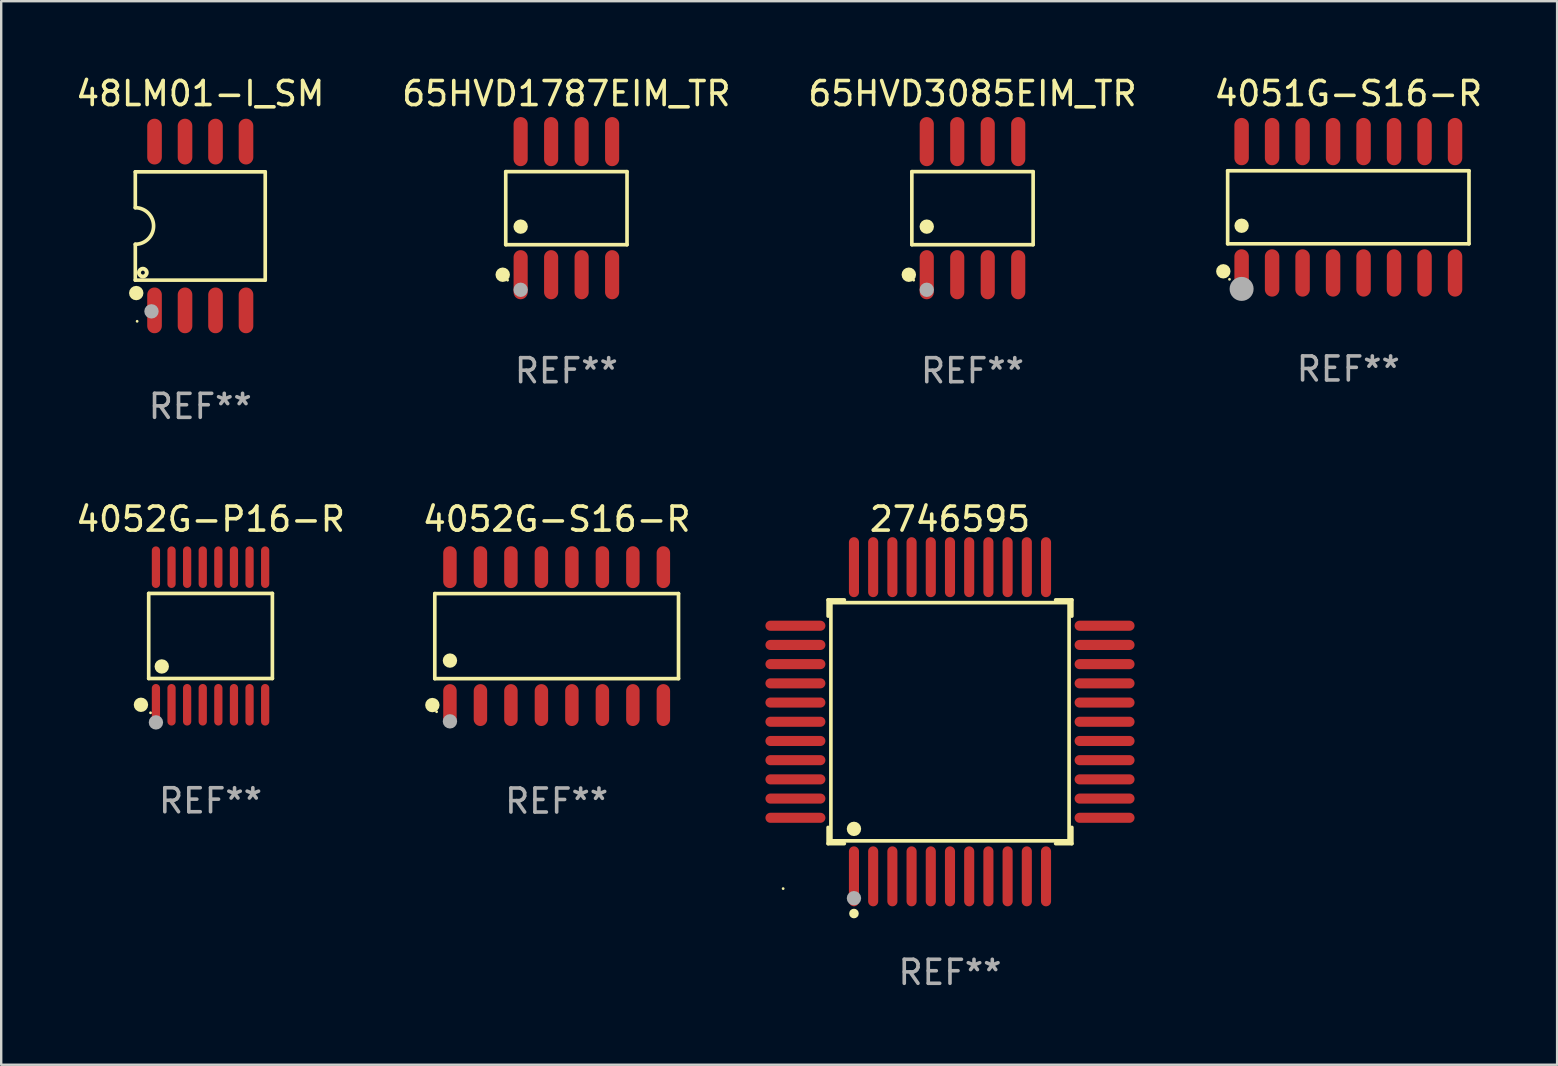
<source format=kicad_pcb>
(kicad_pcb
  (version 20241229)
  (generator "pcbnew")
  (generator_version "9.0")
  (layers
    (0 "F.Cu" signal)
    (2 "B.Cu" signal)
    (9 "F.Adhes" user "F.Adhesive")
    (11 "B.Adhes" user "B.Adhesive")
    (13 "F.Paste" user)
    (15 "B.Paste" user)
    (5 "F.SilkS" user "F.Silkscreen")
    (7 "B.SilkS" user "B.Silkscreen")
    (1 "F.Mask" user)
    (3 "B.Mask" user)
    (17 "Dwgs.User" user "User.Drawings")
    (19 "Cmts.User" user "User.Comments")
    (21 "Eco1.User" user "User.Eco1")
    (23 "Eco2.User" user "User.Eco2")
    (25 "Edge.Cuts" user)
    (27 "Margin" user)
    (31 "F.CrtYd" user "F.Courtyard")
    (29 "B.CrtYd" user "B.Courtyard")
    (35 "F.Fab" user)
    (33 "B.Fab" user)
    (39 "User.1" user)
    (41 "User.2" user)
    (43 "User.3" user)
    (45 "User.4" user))
  (footprint "4052G-S16-R"
    (layer "F.Cu")
    (at 20.137 23.447)
    (property "Reference" "4052G-S16-R" (at 0 -4.872 0) (layer "F.SilkS") (effects (font (size 1 1) (thickness 0.15))))
    (attr through_hole)
    (fp_line (start -5.076 -1.771) (end 5.076 -1.771) (stroke (width 0.152) (type solid)) (layer "F.SilkS"))
    (fp_line (start -5.076 1.771) (end -5.076 -1.771) (stroke (width 0.152) (type solid)) (layer "F.SilkS"))
    (fp_line (start 5.076 -1.771) (end 5.076 1.771) (stroke (width 0.152) (type solid)) (layer "F.SilkS"))
    (fp_line (start 5.076 1.771) (end -5.076 1.771) (stroke (width 0.152) (type solid)) (layer "F.SilkS"))
    (fp_circle (center -5.177 2.872) (end -5.027 2.872) (stroke (width 0.3) (type solid)) (fill no) (layer "F.SilkS"))
    (fp_circle (center -5 3.15) (end -4.97 3.15) (stroke (width 0.06) (type solid)) (fill no) (layer "F.SilkS"))
    (fp_circle (center -4.445 1.019) (end -4.295 1.019) (stroke (width 0.3) (type solid)) (fill no) (layer "F.SilkS"))
    (fp_circle (center -4.445 3.55) (end -4.295 3.55) (stroke (width 0.3) (type solid)) (fill no) (layer "F.Fab"))
    (fp_text user "REF**" (at 0 6.872 0) (layer "F.Fab") (effects (font (size 1 1) (thickness 0.15))))
    (pad "1" smd oval (at -4.445 2.872) (size 0.56 1.745) (layers "F.Cu" "F.Mask" "F.Paste"))
    (pad "2" smd oval (at -3.175 2.872) (size 0.56 1.745) (layers "F.Cu" "F.Mask" "F.Paste"))
    (pad "3" smd oval (at -1.905 2.872) (size 0.56 1.745) (layers "F.Cu" "F.Mask" "F.Paste"))
    (pad "4" smd oval (at -0.635 2.872) (size 0.56 1.745) (layers "F.Cu" "F.Mask" "F.Paste"))
    (pad "5" smd oval (at 0.635 2.872) (size 0.56 1.745) (layers "F.Cu" "F.Mask" "F.Paste"))
    (pad "6" smd oval (at 1.905 2.872) (size 0.56 1.745) (layers "F.Cu" "F.Mask" "F.Paste"))
    (pad "7" smd oval (at 3.175 2.872) (size 0.56 1.745) (layers "F.Cu" "F.Mask" "F.Paste"))
    (pad "8" smd oval (at 4.445 2.872) (size 0.56 1.745) (layers "F.Cu" "F.Mask" "F.Paste"))
    (pad "9" smd oval (at 4.445 -2.872) (size 0.56 1.745) (layers "F.Cu" "F.Mask" "F.Paste"))
    (pad "10" smd oval (at 3.175 -2.872) (size 0.56 1.745) (layers "F.Cu" "F.Mask" "F.Paste"))
    (pad "11" smd oval (at 1.905 -2.872) (size 0.56 1.745) (layers "F.Cu" "F.Mask" "F.Paste"))
    (pad "12" smd oval (at 0.635 -2.872) (size 0.56 1.745) (layers "F.Cu" "F.Mask" "F.Paste"))
    (pad "13" smd oval (at -0.635 -2.872) (size 0.56 1.745) (layers "F.Cu" "F.Mask" "F.Paste"))
    (pad "14" smd oval (at -1.905 -2.872) (size 0.56 1.745) (layers "F.Cu" "F.Mask" "F.Paste"))
    (pad "15" smd oval (at -3.175 -2.872) (size 0.56 1.745) (layers "F.Cu" "F.Mask" "F.Paste"))
    (pad "16" smd oval (at -4.445 -2.872) (size 0.56 1.745) (layers "F.Cu" "F.Mask" "F.Paste")))
  (footprint "65HVD3085EIM_TR"
    (layer "F.Cu")
    (at 37.458 5.621)
    (property "Reference" "65HVD3085EIM_TR" (at 0 -4.772 0) (layer "F.SilkS") (effects (font (size 1 1) (thickness 0.15))))
    (attr through_hole)
    (fp_line (start -2.526 -1.521) (end 2.526 -1.521) (stroke (width 0.152) (type solid)) (layer "F.SilkS"))
    (fp_line (start -2.526 1.521) (end -2.526 -1.521) (stroke (width 0.152) (type solid)) (layer "F.SilkS"))
    (fp_line (start 2.526 -1.521) (end 2.526 1.521) (stroke (width 0.152) (type solid)) (layer "F.SilkS"))
    (fp_line (start 2.526 1.521) (end -2.526 1.521) (stroke (width 0.152) (type solid)) (layer "F.SilkS"))
    (fp_circle (center -2.652 2.772) (end -2.501 2.772) (stroke (width 0.3) (type solid)) (fill no) (layer "F.SilkS"))
    (fp_circle (center -2.45 3) (end -2.42 3) (stroke (width 0.06) (type solid)) (fill no) (layer "F.SilkS"))
    (fp_circle (center -1.905 0.769) (end -1.755 0.769) (stroke (width 0.3) (type solid)) (fill no) (layer "F.SilkS"))
    (fp_circle (center -1.905 3.4) (end -1.755 3.4) (stroke (width 0.3) (type solid)) (fill no) (layer "F.Fab"))
    (fp_text user "REF**" (at 0 6.772 0) (layer "F.Fab") (effects (font (size 1 1) (thickness 0.15))))
    (pad "1" smd oval (at -1.905 2.772) (size 0.588 2.045) (layers "F.Cu" "F.Mask" "F.Paste"))
    (pad "2" smd oval (at -0.635 2.772) (size 0.588 2.045) (layers "F.Cu" "F.Mask" "F.Paste"))
    (pad "3" smd oval (at 0.635 2.772) (size 0.588 2.045) (layers "F.Cu" "F.Mask" "F.Paste"))
    (pad "4" smd oval (at 1.905 2.772) (size 0.588 2.045) (layers "F.Cu" "F.Mask" "F.Paste"))
    (pad "5" smd oval (at 1.905 -2.772) (size 0.588 2.045) (layers "F.Cu" "F.Mask" "F.Paste"))
    (pad "6" smd oval (at 0.635 -2.772) (size 0.588 2.045) (layers "F.Cu" "F.Mask" "F.Paste"))
    (pad "7" smd oval (at -0.635 -2.772) (size 0.588 2.045) (layers "F.Cu" "F.Mask" "F.Paste"))
    (pad "8" smd oval (at -1.905 -2.772) (size 0.588 2.045) (layers "F.Cu" "F.Mask" "F.Paste")))
  (footprint "4051G-S16-R"
    (layer "F.Cu")
    (at 53.113 5.584)
    (property "Reference" "4051G-S16-R" (at 0 -4.736 0) (layer "F.SilkS") (effects (font (size 1 1) (thickness 0.15))))
    (attr through_hole)
    (fp_line (start -5.026 -1.521) (end 5.026 -1.521) (stroke (width 0.152) (type solid)) (layer "F.SilkS"))
    (fp_line (start -5.026 1.521) (end -5.026 -1.521) (stroke (width 0.152) (type solid)) (layer "F.SilkS"))
    (fp_line (start 5.026 -1.521) (end 5.026 1.521) (stroke (width 0.152) (type solid)) (layer "F.SilkS"))
    (fp_line (start 5.026 1.521) (end -5.026 1.521) (stroke (width 0.152) (type solid)) (layer "F.SilkS"))
    (fp_circle (center -5.207 2.667) (end -5.057 2.667) (stroke (width 0.3) (type solid)) (fill no) (layer "F.SilkS"))
    (fp_circle (center -4.95 3) (end -4.92 3) (stroke (width 0.06) (type solid)) (fill no) (layer "F.SilkS"))
    (fp_circle (center -4.445 0.769) (end -4.295 0.769) (stroke (width 0.3) (type solid)) (fill no) (layer "F.SilkS"))
    (fp_circle (center -4.445 3.4) (end -4.195 3.4) (stroke (width 0.5) (type solid)) (fill no) (layer "F.Fab"))
    (fp_text user "REF**" (at 0 6.736 0) (layer "F.Fab") (effects (font (size 1 1) (thickness 0.15))))
    (pad "1" smd oval (at -4.445 2.736) (size 0.602 1.971) (layers "F.Cu" "F.Mask" "F.Paste"))
    (pad "2" smd oval (at -3.175 2.736) (size 0.602 1.971) (layers "F.Cu" "F.Mask" "F.Paste"))
    (pad "3" smd oval (at -1.905 2.736) (size 0.602 1.971) (layers "F.Cu" "F.Mask" "F.Paste"))
    (pad "4" smd oval (at -0.635 2.736) (size 0.602 1.971) (layers "F.Cu" "F.Mask" "F.Paste"))
    (pad "5" smd oval (at 0.635 2.736) (size 0.602 1.971) (layers "F.Cu" "F.Mask" "F.Paste"))
    (pad "6" smd oval (at 1.905 2.736) (size 0.602 1.971) (layers "F.Cu" "F.Mask" "F.Paste"))
    (pad "7" smd oval (at 3.175 2.736) (size 0.602 1.971) (layers "F.Cu" "F.Mask" "F.Paste"))
    (pad "8" smd oval (at 4.445 2.736) (size 0.602 1.971) (layers "F.Cu" "F.Mask" "F.Paste"))
    (pad "9" smd oval (at 4.445 -2.736) (size 0.602 1.971) (layers "F.Cu" "F.Mask" "F.Paste"))
    (pad "10" smd oval (at 3.175 -2.736) (size 0.602 1.971) (layers "F.Cu" "F.Mask" "F.Paste"))
    (pad "11" smd oval (at 1.905 -2.736) (size 0.602 1.971) (layers "F.Cu" "F.Mask" "F.Paste"))
    (pad "12" smd oval (at 0.635 -2.736) (size 0.602 1.971) (layers "F.Cu" "F.Mask" "F.Paste"))
    (pad "13" smd oval (at -0.635 -2.736) (size 0.602 1.971) (layers "F.Cu" "F.Mask" "F.Paste"))
    (pad "14" smd oval (at -1.905 -2.736) (size 0.602 1.971) (layers "F.Cu" "F.Mask" "F.Paste"))
    (pad "15" smd oval (at -3.175 -2.736) (size 0.602 1.971) (layers "F.Cu" "F.Mask" "F.Paste"))
    (pad "16" smd oval (at -4.445 -2.736) (size 0.602 1.971) (layers "F.Cu" "F.Mask" "F.Paste")))
  (footprint "65HVD1787EIM_TR"
    (layer "F.Cu")
    (at 20.542 5.621)
    (property "Reference" "65HVD1787EIM_TR" (at 0 -4.772 0) (layer "F.SilkS") (effects (font (size 1 1) (thickness 0.15))))
    (attr through_hole)
    (fp_line (start -2.526 -1.521) (end 2.526 -1.521) (stroke (width 0.152) (type solid)) (layer "F.SilkS"))
    (fp_line (start -2.526 1.521) (end -2.526 -1.521) (stroke (width 0.152) (type solid)) (layer "F.SilkS"))
    (fp_line (start 2.526 -1.521) (end 2.526 1.521) (stroke (width 0.152) (type solid)) (layer "F.SilkS"))
    (fp_line (start 2.526 1.521) (end -2.526 1.521) (stroke (width 0.152) (type solid)) (layer "F.SilkS"))
    (fp_circle (center -2.652 2.772) (end -2.501 2.772) (stroke (width 0.3) (type solid)) (fill no) (layer "F.SilkS"))
    (fp_circle (center -2.45 3) (end -2.42 3) (stroke (width 0.06) (type solid)) (fill no) (layer "F.SilkS"))
    (fp_circle (center -1.905 0.769) (end -1.755 0.769) (stroke (width 0.3) (type solid)) (fill no) (layer "F.SilkS"))
    (fp_circle (center -1.905 3.4) (end -1.755 3.4) (stroke (width 0.3) (type solid)) (fill no) (layer "F.Fab"))
    (fp_text user "REF**" (at 0 6.772 0) (layer "F.Fab") (effects (font (size 1 1) (thickness 0.15))))
    (pad "1" smd oval (at -1.905 2.772) (size 0.588 2.045) (layers "F.Cu" "F.Mask" "F.Paste"))
    (pad "2" smd oval (at -0.635 2.772) (size 0.588 2.045) (layers "F.Cu" "F.Mask" "F.Paste"))
    (pad "3" smd oval (at 0.635 2.772) (size 0.588 2.045) (layers "F.Cu" "F.Mask" "F.Paste"))
    (pad "4" smd oval (at 1.905 2.772) (size 0.588 2.045) (layers "F.Cu" "F.Mask" "F.Paste"))
    (pad "5" smd oval (at 1.905 -2.772) (size 0.588 2.045) (layers "F.Cu" "F.Mask" "F.Paste"))
    (pad "6" smd oval (at 0.635 -2.772) (size 0.588 2.045) (layers "F.Cu" "F.Mask" "F.Paste"))
    (pad "7" smd oval (at -0.635 -2.772) (size 0.588 2.045) (layers "F.Cu" "F.Mask" "F.Paste"))
    (pad "8" smd oval (at -1.905 -2.772) (size 0.588 2.045) (layers "F.Cu" "F.Mask" "F.Paste")))
  (footprint "4052G-P16-R"
    (layer "F.Cu")
    (at 5.72 23.441)
    (property "Reference" "4052G-P16-R" (at 0 -4.866 0) (layer "F.SilkS") (effects (font (size 1 1) (thickness 0.15))))
    (attr through_hole)
    (fp_line (start -2.576 -1.772) (end 2.576 -1.772) (stroke (width 0.152) (type solid)) (layer "F.SilkS"))
    (fp_line (start -2.576 1.771) (end -2.576 -1.772) (stroke (width 0.152) (type solid)) (layer "F.SilkS"))
    (fp_line (start 2.576 -1.772) (end 2.576 1.771) (stroke (width 0.152) (type solid)) (layer "F.SilkS"))
    (fp_line (start 2.576 1.771) (end -2.576 1.771) (stroke (width 0.152) (type solid)) (layer "F.SilkS"))
    (fp_circle (center -2.899 2.866) (end -2.749 2.866) (stroke (width 0.3) (type solid)) (fill no) (layer "F.SilkS"))
    (fp_circle (center -2.5 3.2) (end -2.47 3.2) (stroke (width 0.06) (type solid)) (fill no) (layer "F.SilkS"))
    (fp_circle (center -2.032 1.27) (end -1.882 1.27) (stroke (width 0.3) (type solid)) (fill no) (layer "F.SilkS"))
    (fp_circle (center -2.275 3.6) (end -2.125 3.6) (stroke (width 0.3) (type solid)) (fill no) (layer "F.Fab"))
    (fp_text user "REF**" (at 0 6.866 0) (layer "F.Fab") (effects (font (size 1 1) (thickness 0.15))))
    (pad "1" smd oval (at -2.275 2.866) (size 0.343 1.731) (layers "F.Cu" "F.Mask" "F.Paste"))
    (pad "2" smd oval (at -1.625 2.866) (size 0.343 1.731) (layers "F.Cu" "F.Mask" "F.Paste"))
    (pad "3" smd oval (at -0.975 2.866) (size 0.343 1.731) (layers "F.Cu" "F.Mask" "F.Paste"))
    (pad "4" smd oval (at -0.325 2.866) (size 0.343 1.731) (layers "F.Cu" "F.Mask" "F.Paste"))
    (pad "5" smd oval (at 0.325 2.866) (size 0.343 1.731) (layers "F.Cu" "F.Mask" "F.Paste"))
    (pad "6" smd oval (at 0.975 2.866) (size 0.343 1.731) (layers "F.Cu" "F.Mask" "F.Paste"))
    (pad "7" smd oval (at 1.625 2.866) (size 0.343 1.731) (layers "F.Cu" "F.Mask" "F.Paste"))
    (pad "8" smd oval (at 2.275 2.866) (size 0.343 1.731) (layers "F.Cu" "F.Mask" "F.Paste"))
    (pad "9" smd oval (at 2.275 -2.866) (size 0.343 1.731) (layers "F.Cu" "F.Mask" "F.Paste"))
    (pad "10" smd oval (at 1.625 -2.866) (size 0.343 1.731) (layers "F.Cu" "F.Mask" "F.Paste"))
    (pad "11" smd oval (at 0.975 -2.866) (size 0.343 1.731) (layers "F.Cu" "F.Mask" "F.Paste"))
    (pad "12" smd oval (at 0.325 -2.866) (size 0.343 1.731) (layers "F.Cu" "F.Mask" "F.Paste"))
    (pad "13" smd oval (at -0.325 -2.866) (size 0.343 1.731) (layers "F.Cu" "F.Mask" "F.Paste"))
    (pad "14" smd oval (at -0.975 -2.866) (size 0.343 1.731) (layers "F.Cu" "F.Mask" "F.Paste"))
    (pad "15" smd oval (at -1.625 -2.866) (size 0.343 1.731) (layers "F.Cu" "F.Mask" "F.Paste"))
    (pad "16" smd oval (at -2.275 -2.866) (size 0.343 1.731) (layers "F.Cu" "F.Mask" "F.Paste")))
  (footprint "2746595"
    (layer "F.Cu")
    (at 36.521 27.014)
    (property "Reference" "2746595" (at 0 -8.439 0) (layer "F.SilkS") (effects (font (size 1 1) (thickness 0.15))))
    (attr through_hole)
    (fp_line (start -5.076 -5.076) (end -4.401 -5.076) (stroke (width 0.152) (type solid)) (layer "F.SilkS"))
    (fp_line (start -5.076 -4.401) (end -5.076 -5.076) (stroke (width 0.152) (type solid)) (layer "F.SilkS"))
    (fp_line (start -5.076 4.401) (end -5.076 5.076) (stroke (width 0.152) (type solid)) (layer "F.SilkS"))
    (fp_line (start -5.076 5.076) (end -4.401 5.076) (stroke (width 0.152) (type solid)) (layer "F.SilkS"))
    (fp_line (start -4.961 -4.961) (end 4.961 -4.961) (stroke (width 0.152) (type solid)) (layer "F.SilkS"))
    (fp_line (start -4.961 4.961) (end -4.961 -4.961) (stroke (width 0.152) (type solid)) (layer "F.SilkS"))
    (fp_line (start 4.961 -4.961) (end 4.961 4.961) (stroke (width 0.152) (type solid)) (layer "F.SilkS"))
    (fp_line (start 4.961 4.961) (end -4.961 4.961) (stroke (width 0.152) (type solid)) (layer "F.SilkS"))
    (fp_line (start 5.076 -5.076) (end 4.401 -5.076) (stroke (width 0.152) (type solid)) (layer "F.SilkS"))
    (fp_line (start 5.076 -4.401) (end 5.076 -5.076) (stroke (width 0.152) (type solid)) (layer "F.SilkS"))
    (fp_line (start 5.076 4.401) (end 5.076 5.076) (stroke (width 0.152) (type solid)) (layer "F.SilkS"))
    (fp_line (start 5.076 5.076) (end 4.401 5.076) (stroke (width 0.152) (type solid)) (layer "F.SilkS"))
    (fp_circle (center -6.95 6.95) (end -6.92 6.95) (stroke (width 0.06) (type solid)) (fill no) (layer "F.SilkS"))
    (fp_circle (center -4 4.462) (end -3.85 4.462) (stroke (width 0.3) (type solid)) (fill no) (layer "F.SilkS"))
    (fp_circle (center -4 7.988) (end -3.9 7.988) (stroke (width 0.2) (type solid)) (fill no) (layer "F.SilkS"))
    (fp_circle (center -4 7.35) (end -3.85 7.35) (stroke (width 0.3) (type solid)) (fill no) (layer "F.Fab"))
    (fp_text user "REF**" (at 0 10.439 0) (layer "F.Fab") (effects (font (size 1 1) (thickness 0.15))))
    (pad "1" smd oval (at -4 6.439) (size 0.42 2.498) (layers "F.Cu" "F.Mask" "F.Paste"))
    (pad "2" smd oval (at -3.2 6.439) (size 0.42 2.498) (layers "F.Cu" "F.Mask" "F.Paste"))
    (pad "3" smd oval (at -2.4 6.439) (size 0.42 2.498) (layers "F.Cu" "F.Mask" "F.Paste"))
    (pad "4" smd oval (at -1.6 6.439) (size 0.42 2.498) (layers "F.Cu" "F.Mask" "F.Paste"))
    (pad "5" smd oval (at -0.8 6.439) (size 0.42 2.498) (layers "F.Cu" "F.Mask" "F.Paste"))
    (pad "6" smd oval (at 0 6.439) (size 0.42 2.498) (layers "F.Cu" "F.Mask" "F.Paste"))
    (pad "7" smd oval (at 0.8 6.439) (size 0.42 2.498) (layers "F.Cu" "F.Mask" "F.Paste"))
    (pad "8" smd oval (at 1.6 6.439) (size 0.42 2.498) (layers "F.Cu" "F.Mask" "F.Paste"))
    (pad "9" smd oval (at 2.4 6.439) (size 0.42 2.498) (layers "F.Cu" "F.Mask" "F.Paste"))
    (pad "10" smd oval (at 3.2 6.439) (size 0.42 2.498) (layers "F.Cu" "F.Mask" "F.Paste"))
    (pad "11" smd oval (at 4 6.439) (size 0.42 2.498) (layers "F.Cu" "F.Mask" "F.Paste"))
    (pad "12" smd oval (at 6.439 4) (size 2.498 0.42) (layers "F.Cu" "F.Mask" "F.Paste"))
    (pad "13" smd oval (at 6.439 3.2) (size 2.498 0.42) (layers "F.Cu" "F.Mask" "F.Paste"))
    (pad "14" smd oval (at 6.439 2.4) (size 2.498 0.42) (layers "F.Cu" "F.Mask" "F.Paste"))
    (pad "15" smd oval (at 6.439 1.6) (size 2.498 0.42) (layers "F.Cu" "F.Mask" "F.Paste"))
    (pad "16" smd oval (at 6.439 0.8) (size 2.498 0.42) (layers "F.Cu" "F.Mask" "F.Paste"))
    (pad "17" smd oval (at 6.439 0) (size 2.498 0.42) (layers "F.Cu" "F.Mask" "F.Paste"))
    (pad "18" smd oval (at 6.439 -0.8) (size 2.498 0.42) (layers "F.Cu" "F.Mask" "F.Paste"))
    (pad "19" smd oval (at 6.439 -1.6) (size 2.498 0.42) (layers "F.Cu" "F.Mask" "F.Paste"))
    (pad "20" smd oval (at 6.439 -2.4) (size 2.498 0.42) (layers "F.Cu" "F.Mask" "F.Paste"))
    (pad "21" smd oval (at 6.439 -3.2) (size 2.498 0.42) (layers "F.Cu" "F.Mask" "F.Paste"))
    (pad "22" smd oval (at 6.439 -4) (size 2.498 0.42) (layers "F.Cu" "F.Mask" "F.Paste"))
    (pad "23" smd oval (at 4 -6.439) (size 0.42 2.498) (layers "F.Cu" "F.Mask" "F.Paste"))
    (pad "24" smd oval (at 3.2 -6.439) (size 0.42 2.498) (layers "F.Cu" "F.Mask" "F.Paste"))
    (pad "25" smd oval (at 2.4 -6.439) (size 0.42 2.498) (layers "F.Cu" "F.Mask" "F.Paste"))
    (pad "26" smd oval (at 1.6 -6.439) (size 0.42 2.498) (layers "F.Cu" "F.Mask" "F.Paste"))
    (pad "27" smd oval (at 0.8 -6.439) (size 0.42 2.498) (layers "F.Cu" "F.Mask" "F.Paste"))
    (pad "28" smd oval (at 0 -6.439) (size 0.42 2.498) (layers "F.Cu" "F.Mask" "F.Paste"))
    (pad "29" smd oval (at -0.8 -6.439) (size 0.42 2.498) (layers "F.Cu" "F.Mask" "F.Paste"))
    (pad "30" smd oval (at -1.6 -6.439) (size 0.42 2.498) (layers "F.Cu" "F.Mask" "F.Paste"))
    (pad "31" smd oval (at -2.4 -6.439) (size 0.42 2.498) (layers "F.Cu" "F.Mask" "F.Paste"))
    (pad "32" smd oval (at -3.2 -6.439) (size 0.42 2.498) (layers "F.Cu" "F.Mask" "F.Paste"))
    (pad "33" smd oval (at -4 -6.439) (size 0.42 2.498) (layers "F.Cu" "F.Mask" "F.Paste"))
    (pad "34" smd oval (at -6.439 -4) (size 2.498 0.42) (layers "F.Cu" "F.Mask" "F.Paste"))
    (pad "35" smd oval (at -6.439 -3.2) (size 2.498 0.42) (layers "F.Cu" "F.Mask" "F.Paste"))
    (pad "36" smd oval (at -6.439 -2.4) (size 2.498 0.42) (layers "F.Cu" "F.Mask" "F.Paste"))
    (pad "37" smd oval (at -6.439 -1.6) (size 2.498 0.42) (layers "F.Cu" "F.Mask" "F.Paste"))
    (pad "38" smd oval (at -6.439 -0.8) (size 2.498 0.42) (layers "F.Cu" "F.Mask" "F.Paste"))
    (pad "39" smd oval (at -6.439 0) (size 2.498 0.42) (layers "F.Cu" "F.Mask" "F.Paste"))
    (pad "40" smd oval (at -6.439 0.8) (size 2.498 0.42) (layers "F.Cu" "F.Mask" "F.Paste"))
    (pad "41" smd oval (at -6.439 1.6) (size 2.498 0.42) (layers "F.Cu" "F.Mask" "F.Paste"))
    (pad "42" smd oval (at -6.439 2.4) (size 2.498 0.42) (layers "F.Cu" "F.Mask" "F.Paste"))
    (pad "43" smd oval (at -6.439 3.2) (size 2.498 0.42) (layers "F.Cu" "F.Mask" "F.Paste"))
    (pad "44" smd oval (at -6.439 4) (size 2.498 0.42) (layers "F.Cu" "F.Mask" "F.Paste")))
  (footprint "48LM01-I_SM"
    (layer "F.Cu")
    (at 5.292 6.363)
    (property "Reference" "48LM01-I_SM" (at 0 -5.515 0) (layer "F.SilkS") (effects (font (size 1 1) (thickness 0.15))))
    (attr through_hole)
    (fp_line (start -2.706 -2.256) (end 2.706 -2.256) (stroke (width 0.152) (type solid)) (layer "F.SilkS"))
    (fp_line (start -2.706 -0.762) (end -2.706 -2.256) (stroke (width 0.152) (type solid)) (layer "F.SilkS"))
    (fp_line (start -2.706 0.762) (end -2.706 2.256) (stroke (width 0.152) (type solid)) (layer "F.SilkS"))
    (fp_line (start 2.706 -2.256) (end 2.706 2.256) (stroke (width 0.152) (type solid)) (layer "F.SilkS"))
    (fp_line (start 2.706 2.256) (end -2.706 2.256) (stroke (width 0.152) (type solid)) (layer "F.SilkS"))
    (fp_arc (start -2.706198 -0.762002) (mid -1.944196 0) (end -2.706198 0.762002) (stroke (width 0.151994) (type solid)) (layer "F.SilkS"))
    (fp_circle (center -2.667 2.794) (end -2.517 2.794) (stroke (width 0.3) (type solid)) (fill no) (layer "F.SilkS"))
    (fp_circle (center -2.63 3.97) (end -2.6 3.97) (stroke (width 0.06) (type solid)) (fill no) (layer "F.SilkS"))
    (fp_circle (center -2.391 1.942) (end -2.31 1.942) (stroke (width 0.163) (type solid)) (fill no) (layer "F.SilkS"))
    (fp_circle (center -2.032 3.556) (end -1.882 3.556) (stroke (width 0.3) (type solid)) (fill no) (layer "F.Fab"))
    (fp_text user "REF**" (at 0 7.515 0) (layer "F.Fab") (effects (font (size 1 1) (thickness 0.15))))
    (pad "1" smd oval (at -1.905 3.515) (size 0.609 1.907) (layers "F.Cu" "F.Mask" "F.Paste"))
    (pad "2" smd oval (at -0.635 3.515) (size 0.609 1.907) (layers "F.Cu" "F.Mask" "F.Paste"))
    (pad "3" smd oval (at 0.635 3.515) (size 0.609 1.907) (layers "F.Cu" "F.Mask" "F.Paste"))
    (pad "4" smd oval (at 1.905 3.515) (size 0.609 1.907) (layers "F.Cu" "F.Mask" "F.Paste"))
    (pad "5" smd oval (at 1.905 -3.515) (size 0.609 1.907) (layers "F.Cu" "F.Mask" "F.Paste"))
    (pad "6" smd oval (at 0.635 -3.515) (size 0.609 1.907) (layers "F.Cu" "F.Mask" "F.Paste"))
    (pad "7" smd oval (at -0.635 -3.515) (size 0.609 1.907) (layers "F.Cu" "F.Mask" "F.Paste"))
    (pad "8" smd oval (at -1.905 -3.515) (size 0.609 1.907) (layers "F.Cu" "F.Mask" "F.Paste")))
  (gr_rect
    (start -3 -3)
    (end 61.81 41.301)
    (stroke (width 0.1) (type default))
    (fill no)
    (layer "Edge.Cuts")))
</source>
